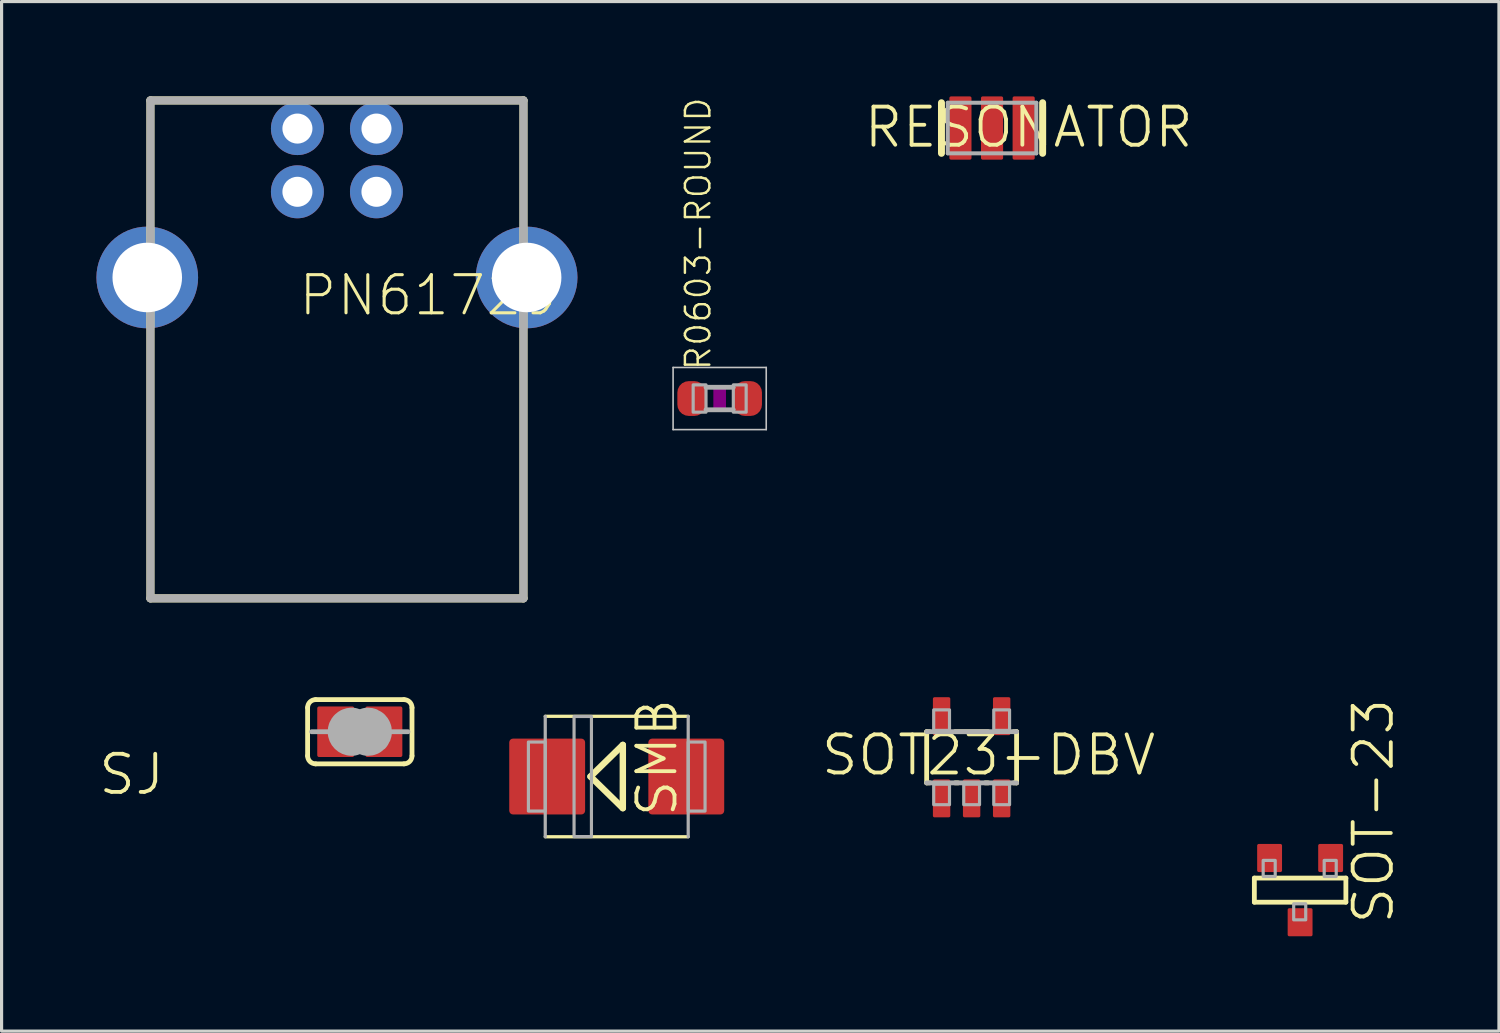
<source format=kicad_pcb>
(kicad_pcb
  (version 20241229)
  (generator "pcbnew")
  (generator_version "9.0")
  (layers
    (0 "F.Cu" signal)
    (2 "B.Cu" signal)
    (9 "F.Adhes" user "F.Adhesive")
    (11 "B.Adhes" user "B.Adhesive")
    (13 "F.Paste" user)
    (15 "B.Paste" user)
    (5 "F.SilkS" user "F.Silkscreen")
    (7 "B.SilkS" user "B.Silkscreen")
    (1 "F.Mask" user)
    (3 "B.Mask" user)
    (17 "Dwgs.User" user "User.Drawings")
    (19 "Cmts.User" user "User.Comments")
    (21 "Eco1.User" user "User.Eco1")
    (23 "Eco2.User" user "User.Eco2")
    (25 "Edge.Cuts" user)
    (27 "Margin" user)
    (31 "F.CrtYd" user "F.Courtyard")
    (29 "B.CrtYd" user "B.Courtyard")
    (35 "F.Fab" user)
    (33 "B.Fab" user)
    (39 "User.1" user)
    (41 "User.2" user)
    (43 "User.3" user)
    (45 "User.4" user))
  (footprint "SJ"
    (layer "F.Cu")
    (at 8.331 20.096)
    (property "Reference" "SJ" (at -8.331 2.057 0) (layer "F.SilkS") (effects (font (size 1.206 1.206) (thickness 0.121)) (justify left bottom)))
    (attr through_hole)
    (fp_poly (pts (xy -0.076 0.914) (xy 0.076 0.914) (xy 0.076 -0.914) (xy -0.076 -0.914)) (stroke (width 0) (type solid)) (fill yes) (layer "F.Mask"))
    (fp_line (start -1.651 0.762) (end -1.651 -0.762) (stroke (width 0.152) (type solid)) (layer "F.SilkS"))
    (fp_line (start -1.397 -1.016) (end 1.397 -1.016) (stroke (width 0.152) (type solid)) (layer "F.SilkS"))
    (fp_line (start 1.397 1.016) (end -1.397 1.016) (stroke (width 0.152) (type solid)) (layer "F.SilkS"))
    (fp_line (start 1.651 0.762) (end 1.651 -0.762) (stroke (width 0.152) (type solid)) (layer "F.SilkS"))
    (fp_arc (start -1.651 -0.762) (mid -1.576605 -0.941605) (end -1.397 -1.016) (stroke (width 0.1524) (type solid)) (layer "F.SilkS"))
    (fp_arc (start -1.397 1.016) (mid -1.576605 0.941605) (end -1.651 0.762) (stroke (width 0.1524) (type solid)) (layer "F.SilkS"))
    (fp_arc (start 1.397 -1.016) (mid 1.576605 -0.941605) (end 1.651 -0.762) (stroke (width 0.1524) (type solid)) (layer "F.SilkS"))
    (fp_arc (start 1.651 0.762) (mid 1.576605 0.941605) (end 1.397 1.016) (stroke (width 0.1524) (type solid)) (layer "F.SilkS"))
    (fp_line (start -1.016 0) (end -1.524 0) (stroke (width 0.152) (type solid)) (layer "F.Fab"))
    (fp_line (start 1.016 0) (end 1.524 0) (stroke (width 0.152) (type solid)) (layer "F.Fab"))
    (fp_arc (start -0.254 0.127) (mid -0.381 0) (end -0.254 -0.127) (stroke (width 1.27) (type solid)) (layer "F.Fab"))
    (fp_arc (start 0.254 -0.127) (mid 0.381 0) (end 0.254 0.127) (stroke (width 1.27) (type solid)) (layer "F.Fab"))
    (pad "1" smd roundrect (at -0.762 0) (size 1.168 1.6) (layers "F.Cu" "F.Mask" "F.Paste") (roundrect_rratio 0.05))
    (pad "2" smd roundrect (at 0.762 0) (size 1.168 1.6) (layers "F.Cu" "F.Mask" "F.Paste") (roundrect_rratio 0.05)))
  (footprint "SOT-23"
    (layer "F.Cu")
    (at 38.049 25.106)
    (property "Reference" "SOT-23" (at 3.048 1.143 90) (layer "F.SilkS") (effects (font (size 1.206 1.206) (thickness 0.121)) (justify left bottom)))
    (attr through_hole)
    (fp_line (start -1.422 -0.381) (end 1.473 -0.381) (stroke (width 0.152) (type solid)) (layer "F.SilkS"))
    (fp_line (start -1.422 0.381) (end -1.422 -0.381) (stroke (width 0.152) (type solid)) (layer "F.SilkS"))
    (fp_line (start 1.473 -0.381) (end 1.473 0.381) (stroke (width 0.152) (type solid)) (layer "F.SilkS"))
    (fp_line (start 1.473 0.381) (end -1.422 0.381) (stroke (width 0.152) (type solid)) (layer "F.SilkS"))
    (fp_poly (pts (xy -1.143 -0.432) (xy -0.762 -0.432) (xy -0.762 -0.94) (xy -1.143 -0.94)) (stroke (width 0.1) (type solid)) (fill no) (layer "F.Fab"))
    (fp_poly (pts (xy -0.178 0.94) (xy 0.203 0.94) (xy 0.203 0.432) (xy -0.178 0.432)) (stroke (width 0.1) (type solid)) (fill no) (layer "F.Fab"))
    (fp_poly (pts (xy 0.787 -0.432) (xy 1.168 -0.432) (xy 1.168 -0.94) (xy 0.787 -0.94)) (stroke (width 0.1) (type solid)) (fill no) (layer "F.Fab"))
    (pad "1" smd roundrect (at 0.025 1.016) (size 0.787 0.889) (layers "F.Cu" "F.Mask" "F.Paste") (roundrect_rratio 0.065))
    (pad "2" smd roundrect (at -0.94 -1.016) (size 0.787 0.889) (layers "F.Cu" "F.Mask" "F.Paste") (roundrect_rratio 0.065))
    (pad "3" smd roundrect (at 0.991 -1.016) (size 0.787 0.889) (layers "F.Cu" "F.Mask" "F.Paste") (roundrect_rratio 0.065)))
  (footprint "R0603-ROUND"
    (layer "F.Cu")
    (at 19.714 9.556)
    (property "Reference" "R0603-ROUND" (at -0.229 -0.838 90) (layer "F.SilkS") (effects (font (size 0.772 0.772) (thickness 0.077)) (justify left bottom)))
    (attr through_hole)
    (fp_poly (pts (xy -0.2 0.4) (xy 0.2 0.4) (xy 0.2 -0.4) (xy -0.2 -0.4)) (stroke (width 0) (type solid)) (fill yes) (layer "F.Adhes"))
    (fp_line (start -1.473 -0.983) (end 1.473 -0.983) (stroke (width 0.051) (type solid)) (layer "Dwgs.User"))
    (fp_line (start -1.473 0.983) (end -1.473 -0.983) (stroke (width 0.051) (type solid)) (layer "Dwgs.User"))
    (fp_line (start 1.473 -0.983) (end 1.473 0.983) (stroke (width 0.051) (type solid)) (layer "Dwgs.User"))
    (fp_line (start 1.473 0.983) (end -1.473 0.983) (stroke (width 0.051) (type solid)) (layer "Dwgs.User"))
    (fp_line (start -0.432 0.356) (end 0.432 0.356) (stroke (width 0.152) (type solid)) (layer "F.Fab"))
    (fp_line (start 0.432 -0.356) (end -0.432 -0.356) (stroke (width 0.152) (type solid)) (layer "F.Fab"))
    (fp_poly (pts (xy -0.838 0.432) (xy -0.432 0.432) (xy -0.432 -0.432) (xy -0.838 -0.432)) (stroke (width 0.1) (type solid)) (fill no) (layer "F.Fab"))
    (fp_poly (pts (xy 0.432 0.432) (xy 0.838 0.432) (xy 0.838 -0.432) (xy 0.432 -0.432)) (stroke (width 0.1) (type solid)) (fill no) (layer "F.Fab"))
    (pad "1" smd roundrect (at -0.889 0) (size 0.898 1.1) (layers "F.Cu" "F.Mask" "F.Paste") (roundrect_rratio 0.4))
    (pad "2" smd roundrect (at 0.889 0) (size 0.898 1.1) (layers "F.Cu" "F.Mask" "F.Paste") (roundrect_rratio 0.4)))
  (footprint "RESONATOR"
    (layer "F.Cu")
    (at 28.33 1)
    (property "Reference" "RESONATOR" (at -4.117 0.682 180) (layer "F.SilkS") (effects (font (size 1.206 1.206) (thickness 0.121)) (justify left bottom)))
    (attr through_hole)
    (fp_line (start -1.6 -0.8) (end -1.6 0.8) (stroke (width 0.22) (type solid)) (layer "F.SilkS"))
    (fp_line (start 1.6 -0.8) (end 1.6 0.8) (stroke (width 0.22) (type solid)) (layer "F.SilkS"))
    (fp_line (start -1.4 -0.8) (end 1.4 -0.8) (stroke (width 0.127) (type solid)) (layer "F.Fab"))
    (fp_line (start -1.4 0.8) (end -1.4 -0.8) (stroke (width 0.127) (type solid)) (layer "F.Fab"))
    (fp_line (start 1.4 -0.8) (end 1.4 0.8) (stroke (width 0.127) (type solid)) (layer "F.Fab"))
    (fp_line (start 1.4 0.8) (end -1.4 0.8) (stroke (width 0.127) (type solid)) (layer "F.Fab"))
    (pad "1" smd roundrect (at -1 0 90) (size 2 0.7) (layers "F.Cu" "F.Mask" "F.Paste") (roundrect_rratio 0.073))
    (pad "2" smd roundrect (at 0 0 90) (size 2 0.7) (layers "F.Cu" "F.Mask" "F.Paste") (roundrect_rratio 0.073))
    (pad "3" smd roundrect (at 1 0 90) (size 2 0.7) (layers "F.Cu" "F.Mask" "F.Paste") (roundrect_rratio 0.073)))
  (footprint "SOT23-DBV"
    (layer "F.Cu")
    (at 27.684 20.904)
    (property "Reference" "SOT23-DBV" (at -4.826 0.635 180) (layer "F.SilkS") (effects (font (size 1.206 1.206) (thickness 0.121)) (justify left bottom)))
    (attr through_hole)
    (fp_line (start -1.422 -0.81) (end -1.328 -0.81) (stroke (width 0.152) (type solid)) (layer "F.SilkS"))
    (fp_line (start -1.422 0.81) (end -1.422 -0.81) (stroke (width 0.152) (type solid)) (layer "F.SilkS"))
    (fp_line (start -1.328 0.81) (end -1.422 0.81) (stroke (width 0.152) (type solid)) (layer "F.SilkS"))
    (fp_line (start -0.522 -0.81) (end 0.522 -0.81) (stroke (width 0.152) (type solid)) (layer "F.SilkS"))
    (fp_line (start -0.428 0.81) (end -0.522 0.81) (stroke (width 0.152) (type solid)) (layer "F.SilkS"))
    (fp_line (start 0.522 0.81) (end 0.428 0.81) (stroke (width 0.152) (type solid)) (layer "F.SilkS"))
    (fp_line (start 1.328 -0.81) (end 1.422 -0.81) (stroke (width 0.152) (type solid)) (layer "F.SilkS"))
    (fp_line (start 1.422 -0.81) (end 1.422 0.81) (stroke (width 0.152) (type solid)) (layer "F.SilkS"))
    (fp_line (start 1.422 0.81) (end 1.328 0.81) (stroke (width 0.152) (type solid)) (layer "F.SilkS"))
    (fp_line (start -1.422 -0.81) (end 1.422 -0.81) (stroke (width 0.152) (type solid)) (layer "F.Fab"))
    (fp_line (start 1.422 0.81) (end -1.422 0.81) (stroke (width 0.152) (type solid)) (layer "F.Fab"))
    (fp_poly (pts (xy -1.2 -0.85) (xy -0.7 -0.85) (xy -0.7 -1.5) (xy -1.2 -1.5)) (stroke (width 0.1) (type solid)) (fill no) (layer "F.Fab"))
    (fp_poly (pts (xy -1.2 1.5) (xy -0.7 1.5) (xy -0.7 0.85) (xy -1.2 0.85)) (stroke (width 0.1) (type solid)) (fill no) (layer "F.Fab"))
    (fp_poly (pts (xy -0.25 1.5) (xy 0.25 1.5) (xy 0.25 0.85) (xy -0.25 0.85)) (stroke (width 0.1) (type solid)) (fill no) (layer "F.Fab"))
    (fp_poly (pts (xy 0.7 -0.85) (xy 1.2 -0.85) (xy 1.2 -1.5) (xy 0.7 -1.5)) (stroke (width 0.1) (type solid)) (fill no) (layer "F.Fab"))
    (fp_poly (pts (xy 0.7 1.5) (xy 1.2 1.5) (xy 1.2 0.85) (xy 0.7 0.85)) (stroke (width 0.1) (type solid)) (fill no) (layer "F.Fab"))
    (pad "1" smd roundrect (at -0.95 1.3) (size 0.55 1.2) (layers "F.Cu" "F.Mask" "F.Paste") (roundrect_rratio 0.092))
    (pad "2" smd roundrect (at 0 1.3) (size 0.55 1.2) (layers "F.Cu" "F.Mask" "F.Paste") (roundrect_rratio 0.092))
    (pad "3" smd roundrect (at 0.95 1.3) (size 0.55 1.2) (layers "F.Cu" "F.Mask" "F.Paste") (roundrect_rratio 0.092))
    (pad "4" smd roundrect (at 0.95 -1.3) (size 0.55 1.2) (layers "F.Cu" "F.Mask" "F.Paste") (roundrect_rratio 0.092))
    (pad "5" smd roundrect (at -0.95 -1.3) (size 0.55 1.2) (layers "F.Cu" "F.Mask" "F.Paste") (roundrect_rratio 0.092)))
  (footprint "PN61729"
    (layer "F.Cu")
    (at 7.608 5.727)
    (property "Reference" "PN61729" (at -1.27 1.27 180) (layer "F.SilkS") (effects (font (size 1.206 1.206) (thickness 0.097)) (justify left bottom)))
    (attr through_hole)
    (fp_line (start -5.9 -5.6) (end -5.9 10.15) (stroke (width 0.254) (type solid)) (layer "F.SilkS"))
    (fp_line (start -5.9 10.15) (end 5.9 10.15) (stroke (width 0.254) (type solid)) (layer "F.SilkS"))
    (fp_line (start 5.9 -5.6) (end -5.9 -5.6) (stroke (width 0.254) (type solid)) (layer "F.SilkS"))
    (fp_line (start 5.9 10.15) (end 5.9 -5.6) (stroke (width 0.254) (type solid)) (layer "F.SilkS"))
    (fp_line (start -5.9 -5.6) (end -5.9 10.15) (stroke (width 0.254) (type solid)) (layer "F.Fab"))
    (fp_line (start -5.9 10.15) (end 5.9 10.15) (stroke (width 0.254) (type solid)) (layer "F.Fab"))
    (fp_line (start 5.9 -5.6) (end -5.9 -5.6) (stroke (width 0.254) (type solid)) (layer "F.Fab"))
    (fp_line (start 5.9 10.15) (end 5.9 -5.6) (stroke (width 0.254) (type solid)) (layer "F.Fab"))
    (pad "1" thru_hole circle (at 1.25 -4.71) (size 1.676 1.676) (drill 0.95) (layers "*.Cu" "*.Mask"))
    (pad "2" thru_hole circle (at -1.25 -4.71) (size 1.676 1.676) (drill 0.95) (layers "*.Cu" "*.Mask"))
    (pad "3" thru_hole circle (at -1.25 -2.71) (size 1.676 1.676) (drill 0.95) (layers "*.Cu" "*.Mask"))
    (pad "4" thru_hole circle (at 1.25 -2.71) (size 1.676 1.676) (drill 0.95) (layers "*.Cu" "*.Mask"))
    (pad "P$1" thru_hole circle (at -6 0) (size 3.216 3.216) (drill 2.2) (layers "*.Cu" "*.Mask"))
    (pad "P$2" thru_hole circle (at 6 0) (size 3.216 3.216) (drill 2.2) (layers "*.Cu" "*.Mask")))
  (footprint "SMB"
    (layer "F.Cu")
    (at 16.458 21.513)
    (property "Reference" "SMB" (at 1.981 1.346 270) (layer "F.SilkS") (effects (font (size 1.206 1.206) (thickness 0.121)) (justify left bottom)))
    (attr through_hole)
    (fp_line (start -2.261 -1.905) (end 2.261 -1.905) (stroke (width 0.102) (type solid)) (layer "F.SilkS"))
    (fp_line (start -2.261 1.905) (end 2.261 1.905) (stroke (width 0.102) (type solid)) (layer "F.SilkS"))
    (fp_line (start -0.83 0) (end 0.193 1) (stroke (width 0.203) (type solid)) (layer "F.SilkS"))
    (fp_line (start 0.193 -1) (end -0.83 0) (stroke (width 0.203) (type solid)) (layer "F.SilkS"))
    (fp_line (start 0.193 1) (end 0.193 -1) (stroke (width 0.203) (type solid)) (layer "F.SilkS"))
    (fp_line (start -2.261 1.905) (end -2.261 -1.905) (stroke (width 0.102) (type solid)) (layer "F.Fab"))
    (fp_line (start 2.261 1.905) (end 2.261 -1.905) (stroke (width 0.102) (type solid)) (layer "F.Fab"))
    (fp_poly (pts (xy -2.794 1.092) (xy -2.261 1.092) (xy -2.261 -1.092) (xy -2.794 -1.092)) (stroke (width 0.1) (type solid)) (fill no) (layer "F.Fab"))
    (fp_poly (pts (xy -1.35 1.9) (xy -0.8 1.9) (xy -0.8 -1.9) (xy -1.35 -1.9)) (stroke (width 0.1) (type solid)) (fill no) (layer "F.Fab"))
    (fp_poly (pts (xy 2.261 1.092) (xy 2.794 1.092) (xy 2.794 -1.092) (xy 2.261 -1.092)) (stroke (width 0.1) (type solid)) (fill no) (layer "F.Fab"))
    (pad "A" smd roundrect (at 2.2 0) (size 2.4 2.4) (layers "F.Cu" "F.Mask" "F.Paste") (roundrect_rratio 0.05))
    (pad "C" smd roundrect (at -2.2 0) (size 2.4 2.4) (layers "F.Cu" "F.Mask" "F.Paste") (roundrect_rratio 0.05)))
  (gr_rect
    (start -3 -3)
    (end 44.364 29.566)
    (stroke (width 0.1) (type default))
    (fill no)
    (layer "Edge.Cuts")))
</source>
